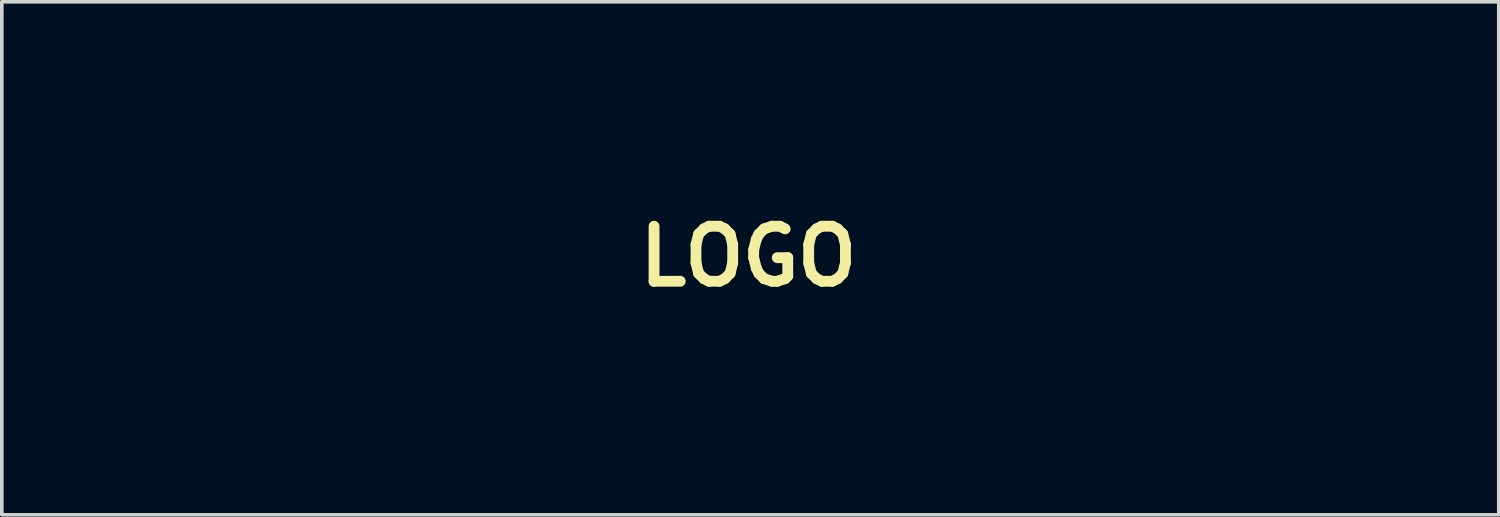
<source format=kicad_pcb>
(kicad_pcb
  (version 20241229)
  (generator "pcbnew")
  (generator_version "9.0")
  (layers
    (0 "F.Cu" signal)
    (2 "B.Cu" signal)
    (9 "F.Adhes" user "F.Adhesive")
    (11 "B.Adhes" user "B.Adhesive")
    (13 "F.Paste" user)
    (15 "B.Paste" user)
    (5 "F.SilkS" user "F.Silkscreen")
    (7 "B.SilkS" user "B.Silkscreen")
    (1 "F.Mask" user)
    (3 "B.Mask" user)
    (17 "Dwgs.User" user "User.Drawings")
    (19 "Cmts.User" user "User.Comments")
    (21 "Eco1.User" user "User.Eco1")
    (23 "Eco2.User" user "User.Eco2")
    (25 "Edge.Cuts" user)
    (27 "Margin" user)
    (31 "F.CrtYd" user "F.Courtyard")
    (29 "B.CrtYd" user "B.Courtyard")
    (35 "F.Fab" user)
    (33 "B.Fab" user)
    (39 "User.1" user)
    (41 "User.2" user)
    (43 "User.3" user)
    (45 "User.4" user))
  (footprint "LOGO"
    (layer "F.Cu")
    (at 17.671 4.048)
    (property "Reference" "LOGO" (at 0 0 0) (layer "F.SilkS") (effects (font (size 1.524 1.524) (thickness 0.3))))
    (attr through_hole)
    (fp_poly (pts (xy -15.071 2.667) (xy -15.113 2.709) (xy -15.155 2.667) (xy -15.113 2.625) (xy -15.071 2.667)) (stroke (width 0.01) (type solid)) (fill no) (layer "Eco2.User"))
    (fp_poly (pts (xy -13.801 3.683) (xy -13.843 3.725) (xy -13.885 3.683) (xy -13.843 3.641) (xy -13.801 3.683)) (stroke (width 0.01) (type solid)) (fill no) (layer "Eco2.User"))
    (fp_poly (pts (xy -10.668 -3.514) (xy -10.71 -3.471) (xy -10.753 -3.514) (xy -10.71 -3.556) (xy -10.668 -3.514)) (stroke (width 0.01) (type solid)) (fill no) (layer "Eco2.User"))
    (fp_poly (pts (xy -9.737 -3.683) (xy -9.779 -3.641) (xy -9.821 -3.683) (xy -9.779 -3.725) (xy -9.737 -3.683)) (stroke (width 0.01) (type solid)) (fill no) (layer "Eco2.User"))
    (fp_poly (pts (xy -8.297 4.106) (xy -8.34 4.149) (xy -8.382 4.106) (xy -8.34 4.064) (xy -8.297 4.106)) (stroke (width 0.01) (type solid)) (fill no) (layer "Eco2.User"))
    (fp_poly (pts (xy -5.588 -2.328) (xy -5.63 -2.286) (xy -5.673 -2.328) (xy -5.63 -2.371) (xy -5.588 -2.328)) (stroke (width 0.01) (type solid)) (fill no) (layer "Eco2.User"))
    (fp_poly (pts (xy -5.673 3.382) (xy -5.927 3.514) (xy -6.181 3.645) (xy -6.181 0.593) (xy -5.673 0.593) (xy -5.673 3.382)) (stroke (width 0.01) (type solid)) (fill no) (layer "Eco2.User"))
    (fp_poly (pts (xy -12.051 3.923) (xy -12.063 3.973) (xy -12.107 3.979) (xy -12.177 3.948) (xy -12.164 3.923) (xy -12.063 3.913) (xy -12.051 3.923)) (stroke (width 0.01) (type solid)) (fill no) (layer "Eco2.User"))
    (fp_poly (pts (xy -6.04 -2.427) (xy -6.029 -2.327) (xy -6.04 -2.314) (xy -6.09 -2.326) (xy -6.096 -2.371) (xy -6.065 -2.44) (xy -6.04 -2.427)) (stroke (width 0.01) (type solid)) (fill no) (layer "Eco2.User"))
    (fp_poly (pts (xy -5.532 -2.173) (xy -5.521 -2.073) (xy -5.532 -2.06) (xy -5.582 -2.072) (xy -5.588 -2.117) (xy -5.557 -2.186) (xy -5.532 -2.173)) (stroke (width 0.01) (type solid)) (fill no) (layer "Eco2.User"))
    (fp_poly (pts (xy -11.727 3.811) (xy -11.817 3.881) (xy -11.915 3.893) (xy -11.938 3.861) (xy -11.872 3.807) (xy -11.807 3.778) (xy -11.719 3.772) (xy -11.727 3.811)) (stroke (width 0.01) (type solid)) (fill no) (layer "Eco2.User"))
    (fp_poly (pts (xy -11.028 -3.691) (xy -10.868 -3.541) (xy -10.845 -3.476) (xy -10.867 -3.471) (xy -10.936 -3.528) (xy -11.057 -3.662) (xy -11.218 -3.852) (xy -11.028 -3.691)) (stroke (width 0.01) (type solid)) (fill no) (layer "Eco2.User"))
    (fp_poly (pts (xy -10.239 -3.341) (xy -10.165 -3.271) (xy -10.252 -3.246) (xy -10.283 -3.246) (xy -10.368 -3.283) (xy -10.362 -3.317) (xy -10.264 -3.352) (xy -10.239 -3.341)) (stroke (width 0.01) (type solid)) (fill no) (layer "Eco2.User"))
    (fp_poly (pts (xy -10.198 -2.822) (xy -10.212 -2.756) (xy -10.281 -2.637) (xy -10.325 -2.657) (xy -10.329 -2.704) (xy -10.268 -2.819) (xy -10.246 -2.836) (xy -10.198 -2.822)) (stroke (width 0.01) (type solid)) (fill no) (layer "Eco2.User"))
    (fp_poly (pts (xy -6.363 -3.014) (xy -6.272 -2.929) (xy -6.291 -2.879) (xy -6.303 -2.879) (xy -6.374 -2.939) (xy -6.4 -2.976) (xy -6.41 -3.034) (xy -6.363 -3.014)) (stroke (width 0.01) (type solid)) (fill no) (layer "Eco2.User"))
    (fp_poly (pts (xy -6.181 -2.743) (xy -6.17 -2.732) (xy -6.103 -2.621) (xy -6.112 -2.58) (xy -6.175 -2.606) (xy -6.218 -2.685) (xy -6.243 -2.783) (xy -6.181 -2.743)) (stroke (width 0.01) (type solid)) (fill no) (layer "Eco2.User"))
    (fp_poly (pts (xy -5.77 -2.167) (xy -5.68 -2.082) (xy -5.698 -2.033) (xy -5.71 -2.032) (xy -5.782 -2.092) (xy -5.808 -2.13) (xy -5.818 -2.188) (xy -5.77 -2.167)) (stroke (width 0.01) (type solid)) (fill no) (layer "Eco2.User"))
    (fp_poly (pts (xy -5.432 -1.913) (xy -5.341 -1.828) (xy -5.36 -1.779) (xy -5.371 -1.778) (xy -5.443 -1.838) (xy -5.469 -1.876) (xy -5.479 -1.934) (xy -5.432 -1.913)) (stroke (width 0.01) (type solid)) (fill no) (layer "Eco2.User"))
    (fp_poly (pts (xy -13.789 3.855) (xy -13.716 3.895) (xy -13.648 3.962) (xy -13.674 3.977) (xy -13.813 3.935) (xy -13.885 3.895) (xy -13.953 3.828) (xy -13.928 3.813) (xy -13.789 3.855)) (stroke (width 0.01) (type solid)) (fill no) (layer "Eco2.User"))
    (fp_poly (pts (xy -13.185 4.008) (xy -13.182 4.036) (xy -13.315 4.048) (xy -13.335 4.047) (xy -13.466 4.035) (xy -13.454 4.01) (xy -13.439 4.005) (xy -13.255 3.993) (xy -13.185 4.008)) (stroke (width 0.01) (type solid)) (fill no) (layer "Eco2.User"))
    (fp_poly (pts (xy -12.339 4.008) (xy -12.336 4.036) (xy -12.468 4.048) (xy -12.488 4.047) (xy -12.62 4.035) (xy -12.607 4.01) (xy -12.593 4.005) (xy -12.408 3.993) (xy -12.339 4.008)) (stroke (width 0.01) (type solid)) (fill no) (layer "Eco2.User"))
    (fp_poly (pts (xy -10.438 1.122) (xy -10.424 1.395) (xy -10.438 1.587) (xy -10.456 1.64) (xy -10.469 1.544) (xy -10.473 1.355) (xy -10.468 1.146) (xy -10.454 1.067) (xy -10.438 1.122)) (stroke (width 0.01) (type solid)) (fill no) (layer "Eco2.User"))
    (fp_poly (pts (xy -5.376 -1.714) (xy -5.218 -1.673) (xy -5.165 -1.641) (xy -5.237 -1.617) (xy -5.376 -1.609) (xy -5.536 -1.634) (xy -5.588 -1.682) (xy -5.518 -1.722) (xy -5.376 -1.714)) (stroke (width 0.01) (type solid)) (fill no) (layer "Eco2.User"))
    (fp_poly (pts (xy -10.69 -3.303) (xy -10.648 -3.236) (xy -10.55 -3.108) (xy -10.491 -3.084) (xy -10.458 -3.049) (xy -10.45 -2.959) (xy -10.482 -2.814) (xy -10.551 -2.824) (xy -10.606 -2.942) (xy -10.671 -3.151) (xy -10.707 -3.26) (xy -10.732 -3.353) (xy -10.69 -3.303)) (stroke (width 0.01) (type solid)) (fill no) (layer "Eco2.User"))
    (fp_poly (pts (xy -13.209 3.782) (xy -13.166 3.785) (xy -12.791 3.813) (xy -12.568 3.839) (xy -12.5 3.86) (xy -12.592 3.875) (xy -12.847 3.882) (xy -12.912 3.882) (xy -13.216 3.871) (xy -13.472 3.843) (xy -13.589 3.814) (xy -13.603 3.785) (xy -13.469 3.774) (xy -13.209 3.782)) (stroke (width 0.01) (type solid)) (fill no) (layer "Eco2.User"))
    (fp_poly (pts (xy -14.009 3.562) (xy -13.991 3.626) (xy -14.056 3.598) (xy -14.132 3.579) (xy -14.114 3.669) (xy -14.084 3.787) (xy -14.139 3.784) (xy -14.29 3.656) (xy -14.329 3.619) (xy -14.426 3.521) (xy -14.412 3.519) (xy -14.392 3.534) (xy -14.244 3.592) (xy -14.165 3.547) (xy -14.061 3.507) (xy -14.009 3.562)) (stroke (width 0.01) (type solid)) (fill no) (layer "Eco2.User"))
    (fp_poly (pts (xy -9.313 -3.709) (xy -9.543 -3.501) (xy -9.749 -3.322) (xy -9.91 -3.192) (xy -9.999 -3.129) (xy -9.994 -3.154) (xy -9.968 -3.183) (xy -9.837 -3.357) (xy -9.79 -3.482) (xy -9.799 -3.505) (xy -9.806 -3.55) (xy -9.779 -3.545) (xy -9.649 -3.563) (xy -9.483 -3.634) (xy -9.346 -3.703) (xy -9.313 -3.709) (xy -9.313 -3.709)) (stroke (width 0.01) (type solid)) (fill no) (layer "Eco2.User"))
    (fp_poly (pts (xy 10.028 -2.036) (xy 10.056 -1.806) (xy 10.072 -1.448) (xy 10.075 -1.143) (xy 10.068 -0.71) (xy 10.048 -0.391) (xy 10.017 -0.207) (xy 9.991 -0.169) (xy 9.953 -0.25) (xy 9.925 -0.48) (xy 9.909 -0.838) (xy 9.906 -1.143) (xy 9.913 -1.576) (xy 9.933 -1.895) (xy 9.964 -2.079) (xy 9.991 -2.117) (xy 10.028 -2.036)) (stroke (width 0.01) (type solid)) (fill no) (layer "Eco2.User"))
    (fp_poly (pts (xy -10.06 -3.975) (xy -9.731 -3.967) (xy -9.506 -3.954) (xy -9.415 -3.937) (xy -9.415 -3.934) (xy -9.52 -3.91) (xy -9.751 -3.891) (xy -10.068 -3.878) (xy -10.428 -3.871) (xy -10.79 -3.871) (xy -11.11 -3.878) (xy -11.348 -3.893) (xy -11.46 -3.915) (xy -11.418 -3.938) (xy -11.234 -3.957) (xy -10.938 -3.971) (xy -10.555 -3.978) (xy -10.463 -3.978) (xy -10.06 -3.975)) (stroke (width 0.01) (type solid)) (fill no) (layer "Eco2.User"))
    (fp_poly (pts (xy -5.939 -2.065) (xy -5.832 -1.925) (xy -5.728 -1.911) (xy -5.626 -1.906) (xy -5.63 -1.877) (xy -5.759 -1.811) (xy -5.764 -1.81) (xy -5.903 -1.778) (xy -5.878 -1.731) (xy -5.8 -1.693) (xy -5.685 -1.638) (xy -5.73 -1.619) (xy -5.821 -1.615) (xy -5.946 -1.633) (xy -5.997 -1.73) (xy -6.003 -1.926) (xy -5.99 -2.108) (xy -5.964 -2.13) (xy -5.939 -2.065)) (stroke (width 0.01) (type solid)) (fill no) (layer "Eco2.User"))
    (fp_poly (pts (xy 2.131 -2.09) (xy 2.169 -1.992) (xy 2.19 -1.796) (xy 2.2 -1.475) (xy 2.201 -1.19) (xy 2.193 -0.716) (xy 2.167 -0.4) (xy 2.121 -0.229) (xy 2.051 -0.193) (xy 2.001 -0.228) (xy 1.979 -0.33) (xy 1.962 -0.564) (xy 1.95 -0.893) (xy 1.947 -1.199) (xy 1.951 -1.613) (xy 1.965 -1.884) (xy 1.992 -2.04) (xy 2.037 -2.107) (xy 2.074 -2.117) (xy 2.131 -2.09)) (stroke (width 0.01) (type solid)) (fill no) (layer "Eco2.User"))
    (fp_poly (pts (xy 17.754 -1.494) (xy 17.759 -1.296) (xy 17.766 -0.707) (xy 17.769 -0.029) (xy 17.767 0.658) (xy 17.76 1.274) (xy 17.759 1.328) (xy 17.753 1.569) (xy 17.747 1.648) (xy 17.742 1.575) (xy 17.738 1.359) (xy 17.735 1.007) (xy 17.733 0.528) (xy 17.733 0.042) (xy 17.734 -0.538) (xy 17.736 -1) (xy 17.739 -1.335) (xy 17.743 -1.536) (xy 17.748 -1.592) (xy 17.754 -1.494)) (stroke (width 0.01) (type solid)) (fill no) (layer "Eco2.User"))
    (fp_poly (pts (xy -4.889 0.596) (xy -4.606 0.6) (xy -4.47 0.613) (xy -4.46 0.645) (xy -4.555 0.705) (xy -4.591 0.725) (xy -4.76 0.837) (xy -4.875 0.98) (xy -4.946 1.187) (xy -4.982 1.489) (xy -4.995 1.918) (xy -4.995 2.059) (xy -4.997 2.456) (xy -5.008 2.719) (xy -5.036 2.884) (xy -5.087 2.984) (xy -5.169 3.057) (xy -5.207 3.083) (xy -5.419 3.221) (xy -5.419 0.593) (xy -4.889 0.596)) (stroke (width 0.01) (type solid)) (fill no) (layer "Eco2.User"))
    (fp_poly (pts (xy -6.563 -3.462) (xy -6.451 -3.383) (xy -6.126 -3.088) (xy -5.823 -2.713) (xy -5.725 -2.561) (xy -5.672 -2.454) (xy -5.704 -2.465) (xy -5.804 -2.576) (xy -5.954 -2.77) (xy -6.004 -2.838) (xy -6.171 -3.045) (xy -6.313 -3.175) (xy -6.378 -3.199) (xy -6.471 -3.21) (xy -6.475 -3.22) (xy -6.435 -3.26) (xy -6.477 -3.302) (xy -6.502 -3.277) (xy -6.525 -3.323) (xy -6.604 -3.432) (xy -6.645 -3.502) (xy -6.563 -3.462)) (stroke (width 0.01) (type solid)) (fill no) (layer "Eco2.User"))
    (fp_poly (pts (xy -10.435 -2.593) (xy -10.424 -2.36) (xy -10.416 -2.021) (xy -10.412 -1.609) (xy -10.411 -1.155) (xy -10.413 -0.691) (xy -10.418 -0.25) (xy -10.426 0.138) (xy -10.436 0.44) (xy -10.45 0.625) (xy -10.459 0.666) (xy -10.471 0.598) (xy -10.482 0.385) (xy -10.49 0.051) (xy -10.496 -0.379) (xy -10.499 -0.881) (xy -10.499 -1.016) (xy -10.496 -1.531) (xy -10.49 -1.98) (xy -10.48 -2.339) (xy -10.468 -2.582) (xy -10.453 -2.687) (xy -10.45 -2.688) (xy -10.435 -2.593)) (stroke (width 0.01) (type solid)) (fill no) (layer "Eco2.User"))
    (fp_poly (pts (xy -15.36 3.239) (xy -15.218 3.334) (xy -15.142 3.345) (xy -15.065 3.374) (xy -14.919 3.496) (xy -14.858 3.557) (xy -14.712 3.729) (xy -14.679 3.807) (xy -14.752 3.775) (xy -14.894 3.648) (xy -15.024 3.54) (xy -15.091 3.52) (xy -15.164 3.487) (xy -15.225 3.429) (xy -15.155 3.429) (xy -15.113 3.471) (xy -15.071 3.429) (xy -15.113 3.387) (xy -15.155 3.429) (xy -15.225 3.429) (xy -15.297 3.361) (xy -15.331 3.323) (xy -15.44 3.194) (xy -15.432 3.182) (xy -15.36 3.239)) (stroke (width 0.01) (type solid)) (fill no) (layer "Eco2.User"))
    (fp_poly (pts (xy -3.36 -2.456) (xy -3.339 -2.209) (xy -3.322 -1.803) (xy -3.31 -1.244) (xy -3.303 -0.538) (xy -3.302 0.042) (xy -3.305 0.848) (xy -3.313 1.511) (xy -3.326 2.025) (xy -3.344 2.384) (xy -3.368 2.583) (xy -3.387 2.625) (xy -3.413 2.541) (xy -3.435 2.293) (xy -3.452 1.888) (xy -3.463 1.329) (xy -3.47 0.623) (xy -3.471 0.042) (xy -3.469 -0.764) (xy -3.46 -1.426) (xy -3.447 -1.94) (xy -3.429 -2.299) (xy -3.406 -2.499) (xy -3.387 -2.54) (xy -3.36 -2.456)) (stroke (width 0.01) (type solid)) (fill no) (layer "Eco2.User"))
    (fp_poly (pts (xy 10.487 0.784) (xy 10.504 1.081) (xy 10.508 1.215) (xy 10.503 1.561) (xy 10.464 1.785) (xy 10.382 1.935) (xy 10.37 1.95) (xy 10.147 2.083) (xy 9.862 2.118) (xy 9.587 2.053) (xy 9.44 1.947) (xy 9.353 1.82) (xy 9.388 1.786) (xy 9.524 1.851) (xy 9.605 1.908) (xy 9.863 2.023) (xy 10.11 1.969) (xy 10.245 1.863) (xy 10.342 1.728) (xy 10.394 1.538) (xy 10.413 1.244) (xy 10.414 1.129) (xy 10.421 0.802) (xy 10.44 0.639) (xy 10.463 0.635) (xy 10.487 0.784)) (stroke (width 0.01) (type solid)) (fill no) (layer "Eco2.User"))
    (fp_poly (pts (xy 14.613 0.604) (xy 14.823 0.634) (xy 14.901 0.677) (xy 14.901 0.677) (xy 14.828 0.737) (xy 14.65 0.762) (xy 14.647 0.762) (xy 14.393 0.762) (xy 14.393 1.439) (xy 14.383 1.775) (xy 14.356 2.01) (xy 14.316 2.114) (xy 14.309 2.117) (xy 14.267 2.037) (xy 14.237 1.821) (xy 14.224 1.5) (xy 14.224 1.439) (xy 14.224 0.762) (xy 13.97 0.762) (xy 13.792 0.737) (xy 13.716 0.678) (xy 13.716 0.677) (xy 13.794 0.634) (xy 14.004 0.604) (xy 14.308 0.593) (xy 14.309 0.593) (xy 14.613 0.604)) (stroke (width 0.01) (type solid)) (fill no) (layer "Eco2.User"))
    (fp_poly (pts (xy -7.798 -3.566) (xy -7.308 -3.377) (xy -6.885 -3.07) (xy -6.555 -2.659) (xy -6.345 -2.162) (xy -6.297 -1.926) (xy -6.242 -1.524) (xy -6.55 -1.524) (xy -6.754 -1.536) (xy -6.84 -1.603) (xy -6.858 -1.772) (xy -6.858 -1.802) (xy -6.925 -2.156) (xy -7.103 -2.54) (xy -7.361 -2.893) (xy -7.56 -3.082) (xy -7.921 -3.277) (xy -8.359 -3.378) (xy -8.808 -3.379) (xy -9.204 -3.271) (xy -9.237 -3.256) (xy -9.413 -3.17) (xy -9.464 -3.166) (xy -9.413 -3.242) (xy -9.27 -3.346) (xy -9.031 -3.461) (xy -8.872 -3.52) (xy -8.328 -3.618) (xy -7.798 -3.566)) (stroke (width 0.01) (type solid)) (fill no) (layer "Eco2.User"))
    (fp_poly (pts (xy -1.391 0.647) (xy -1.072 0.802) (xy -0.879 1.048) (xy -0.865 1.085) (xy -0.806 1.45) (xy -0.896 1.751) (xy -1.123 1.97) (xy -1.473 2.094) (xy -1.747 2.117) (xy -2.201 2.117) (xy -2.201 0.753) (xy -2.126 0.753) (xy -2.091 1.947) (xy -1.687 1.947) (xy -1.363 1.914) (xy -1.157 1.822) (xy -1.149 1.814) (xy -0.981 1.545) (xy -0.971 1.254) (xy -1.077 1.03) (xy -1.215 0.887) (xy -1.396 0.812) (xy -1.682 0.779) (xy -1.685 0.779) (xy -2.126 0.753) (xy -2.201 0.753) (xy -2.201 0.593) (xy -1.816 0.593) (xy -1.391 0.647)) (stroke (width 0.01) (type solid)) (fill no) (layer "Eco2.User"))
    (fp_poly (pts (xy 5.612 -2.106) (xy 5.835 -2.078) (xy 5.926 -2.036) (xy 5.927 -2.032) (xy 5.849 -1.988) (xy 5.642 -1.958) (xy 5.371 -1.947) (xy 4.816 -1.947) (xy 4.842 -1.63) (xy 4.868 -1.312) (xy 5.334 -1.27) (xy 5.592 -1.229) (xy 5.693 -1.178) (xy 5.648 -1.133) (xy 5.467 -1.108) (xy 5.226 -1.114) (xy 4.868 -1.14) (xy 4.868 -0.4) (xy 5.397 -0.403) (xy 5.705 -0.395) (xy 5.872 -0.361) (xy 5.926 -0.295) (xy 5.927 -0.288) (xy 5.886 -0.224) (xy 5.744 -0.187) (xy 5.474 -0.171) (xy 5.292 -0.169) (xy 4.657 -0.169) (xy 4.657 -2.117) (xy 5.292 -2.117) (xy 5.612 -2.106)) (stroke (width 0.01) (type solid)) (fill no) (layer "Eco2.User"))
    (fp_poly (pts (xy 0.271 0.606) (xy 0.454 0.639) (xy 0.508 0.677) (xy 0.432 0.726) (xy 0.237 0.756) (xy 0.085 0.762) (xy -0.166 0.768) (xy -0.291 0.802) (xy -0.334 0.89) (xy -0.339 1.011) (xy -0.324 1.169) (xy -0.248 1.248) (xy -0.065 1.284) (xy 0.021 1.293) (xy 0.381 1.325) (xy 0.021 1.34) (xy -0.204 1.357) (xy -0.308 1.412) (xy -0.337 1.544) (xy -0.339 1.651) (xy -0.339 1.947) (xy 0.085 1.947) (xy 0.326 1.963) (xy 0.479 2.002) (xy 0.508 2.032) (xy 0.431 2.077) (xy 0.229 2.108) (xy 0 2.117) (xy -0.508 2.117) (xy -0.508 0.593) (xy 0 0.593) (xy 0.271 0.606)) (stroke (width 0.01) (type solid)) (fill no) (layer "Eco2.User"))
    (fp_poly (pts (xy 4.372 0.668) (xy 4.401 0.863) (xy 4.405 1.13) (xy 4.388 1.422) (xy 4.351 1.689) (xy 4.294 1.886) (xy 4.271 1.928) (xy 4.084 2.065) (xy 3.814 2.12) (xy 3.529 2.087) (xy 3.341 1.998) (xy 3.252 1.897) (xy 3.195 1.728) (xy 3.16 1.452) (xy 3.147 1.236) (xy 3.139 0.861) (xy 3.163 0.649) (xy 3.208 0.593) (xy 3.263 0.674) (xy 3.295 0.908) (xy 3.302 1.172) (xy 3.331 1.586) (xy 3.424 1.856) (xy 3.59 1.999) (xy 3.782 2.032) (xy 4.002 1.971) (xy 4.147 1.78) (xy 4.22 1.449) (xy 4.233 1.157) (xy 4.245 0.864) (xy 4.276 0.663) (xy 4.318 0.593) (xy 4.372 0.668)) (stroke (width 0.01) (type solid)) (fill no) (layer "Eco2.User"))
    (fp_poly (pts (xy 6.423 0.656) (xy 6.576 0.827) (xy 6.773 1.074) (xy 6.871 1.204) (xy 7.324 1.815) (xy 7.349 1.204) (xy 7.375 0.845) (xy 7.413 0.649) (xy 7.456 0.608) (xy 7.495 0.718) (xy 7.524 0.972) (xy 7.535 1.355) (xy 7.527 1.713) (xy 7.503 1.973) (xy 7.467 2.106) (xy 7.452 2.117) (xy 7.367 2.053) (xy 7.211 1.883) (xy 7.012 1.638) (xy 6.923 1.52) (xy 6.477 0.924) (xy 6.452 1.52) (xy 6.426 1.873) (xy 6.387 2.065) (xy 6.345 2.101) (xy 6.305 1.989) (xy 6.276 1.734) (xy 6.265 1.355) (xy 6.273 1.019) (xy 6.294 0.759) (xy 6.325 0.612) (xy 6.342 0.593) (xy 6.423 0.656)) (stroke (width 0.01) (type solid)) (fill no) (layer "Eco2.User"))
    (fp_poly (pts (xy 12.094 1.193) (xy 12.093 1.543) (xy 12.069 1.766) (xy 12.014 1.906) (xy 11.952 1.977) (xy 11.721 2.094) (xy 11.444 2.115) (xy 11.189 2.043) (xy 11.054 1.928) (xy 10.991 1.768) (xy 10.947 1.519) (xy 10.923 1.231) (xy 10.92 0.95) (xy 10.94 0.725) (xy 10.985 0.602) (xy 11.007 0.593) (xy 11.049 0.671) (xy 11.079 0.884) (xy 11.091 1.197) (xy 11.091 1.225) (xy 11.098 1.559) (xy 11.123 1.765) (xy 11.175 1.882) (xy 11.255 1.944) (xy 11.511 2.026) (xy 11.743 1.96) (xy 11.816 1.912) (xy 11.911 1.801) (xy 11.975 1.61) (xy 12.019 1.301) (xy 12.03 1.171) (xy 12.08 0.55) (xy 12.094 1.193)) (stroke (width 0.01) (type solid)) (fill no) (layer "Eco2.User"))
    (fp_poly (pts (xy -8.177 -3.956) (xy -7.77 -3.918) (xy -7.41 -3.855) (xy -7.133 -3.776) (xy -6.97 -3.687) (xy -6.943 -3.633) (xy -6.894 -3.58) (xy -6.872 -3.59) (xy -6.81 -3.564) (xy -6.802 -3.51) (xy -6.805 -3.401) (xy -6.809 -3.389) (xy -6.871 -3.439) (xy -7.01 -3.555) (xy -7.014 -3.558) (xy -7.227 -3.688) (xy -7.502 -3.8) (xy -7.563 -3.817) (xy -7.865 -3.864) (xy -8.25 -3.876) (xy -8.646 -3.856) (xy -8.981 -3.807) (xy -9.102 -3.772) (xy -9.205 -3.742) (xy -9.162 -3.787) (xy -9.153 -3.793) (xy -9.088 -3.866) (xy -9.179 -3.908) (xy -9.195 -3.912) (xy -9.19 -3.928) (xy -9.043 -3.945) (xy -8.782 -3.958) (xy -8.597 -3.964) (xy -8.177 -3.956)) (stroke (width 0.01) (type solid)) (fill no) (layer "Eco2.User"))
    (fp_poly (pts (xy 11.312 -2.103) (xy 11.647 -2.081) (xy 11.864 -2.044) (xy 12.013 -1.975) (xy 12.145 -1.857) (xy 12.201 -1.796) (xy 12.4 -1.457) (xy 12.441 -1.08) (xy 12.323 -0.693) (xy 12.281 -0.619) (xy 12.048 -0.381) (xy 11.691 -0.233) (xy 11.199 -0.172) (xy 11.07 -0.17) (xy 10.668 -0.169) (xy 10.668 -1.947) (xy 10.837 -1.947) (xy 10.837 -0.435) (xy 11.07 -0.403) (xy 11.518 -0.404) (xy 11.878 -0.546) (xy 12.044 -0.687) (xy 12.228 -0.947) (xy 12.263 -1.206) (xy 12.155 -1.513) (xy 12.149 -1.526) (xy 11.987 -1.756) (xy 11.767 -1.888) (xy 11.447 -1.943) (xy 11.266 -1.947) (xy 10.837 -1.947) (xy 10.668 -1.947) (xy 10.668 -2.135) (xy 11.312 -2.103)) (stroke (width 0.01) (type solid)) (fill no) (layer "Eco2.User"))
    (fp_poly (pts (xy 16.193 0.712) (xy 16.418 0.919) (xy 16.555 1.231) (xy 16.566 1.287) (xy 16.58 1.51) (xy 16.515 1.679) (xy 16.358 1.859) (xy 16.047 2.074) (xy 15.722 2.131) (xy 15.411 2.032) (xy 15.197 1.846) (xy 15.046 1.627) (xy 15.003 1.423) (xy 15.017 1.275) (xy 15.167 1.275) (xy 15.204 1.585) (xy 15.204 1.586) (xy 15.368 1.834) (xy 15.617 1.969) (xy 15.9 1.983) (xy 16.169 1.867) (xy 16.277 1.765) (xy 16.416 1.488) (xy 16.408 1.198) (xy 16.264 0.94) (xy 16.012 0.766) (xy 15.716 0.72) (xy 15.455 0.81) (xy 15.262 1.006) (xy 15.167 1.275) (xy 15.017 1.275) (xy 15.017 1.275) (xy 15.137 0.949) (xy 15.351 0.73) (xy 15.623 0.618) (xy 15.916 0.612) (xy 16.193 0.712)) (stroke (width 0.01) (type solid)) (fill no) (layer "Eco2.User"))
    (fp_poly (pts (xy 15.771 -2.08) (xy 16.123 -1.962) (xy 16.366 -1.752) (xy 16.481 -1.547) (xy 16.567 -1.153) (xy 16.497 -0.796) (xy 16.284 -0.5) (xy 15.941 -0.291) (xy 15.826 -0.252) (xy 15.566 -0.2) (xy 15.274 -0.174) (xy 15.007 -0.175) (xy 14.825 -0.205) (xy 14.788 -0.226) (xy 14.765 -0.329) (xy 14.761 -0.381) (xy 14.986 -0.381) (xy 15.303 -0.396) (xy 15.557 -0.408) (xy 15.757 -0.417) (xy 15.773 -0.417) (xy 16.002 -0.503) (xy 16.195 -0.71) (xy 16.317 -0.988) (xy 16.341 -1.174) (xy 16.268 -1.513) (xy 16.059 -1.763) (xy 15.73 -1.911) (xy 15.403 -1.947) (xy 14.986 -1.947) (xy 14.986 -0.381) (xy 14.761 -0.381) (xy 14.747 -0.564) (xy 14.735 -0.893) (xy 14.732 -1.199) (xy 14.732 -2.117) (xy 15.287 -2.117) (xy 15.771 -2.08)) (stroke (width 0.01) (type solid)) (fill no) (layer "Eco2.User"))
    (fp_poly (pts (xy 2.711 -2.04) (xy 2.812 -1.855) (xy 2.951 -1.541) (xy 3.045 -1.312) (xy 3.176 -0.997) (xy 3.29 -0.743) (xy 3.367 -0.59) (xy 3.382 -0.568) (xy 3.439 -0.611) (xy 3.541 -0.782) (xy 3.672 -1.051) (xy 3.767 -1.269) (xy 3.946 -1.679) (xy 4.079 -1.945) (xy 4.179 -2.085) (xy 4.254 -2.114) (xy 4.284 -2.095) (xy 4.268 -2.007) (xy 4.198 -1.804) (xy 4.09 -1.522) (xy 3.959 -1.199) (xy 3.821 -0.875) (xy 3.691 -0.585) (xy 3.587 -0.369) (xy 3.531 -0.275) (xy 3.422 -0.18) (xy 3.384 -0.169) (xy 3.328 -0.243) (xy 3.222 -0.443) (xy 3.083 -0.739) (xy 2.925 -1.1) (xy 2.922 -1.108) (xy 2.773 -1.474) (xy 2.658 -1.783) (xy 2.589 -2.001) (xy 2.576 -2.096) (xy 2.577 -2.097) (xy 2.636 -2.114) (xy 2.711 -2.04)) (stroke (width 0.01) (type solid)) (fill no) (layer "Eco2.User"))
    (fp_poly (pts (xy -17.082 -4.028) (xy -16.341 -4.022) (xy -16.34 -1.143) (xy -16.337 -0.265) (xy -16.33 0.462) (xy -16.316 1.057) (xy -16.294 1.538) (xy -16.261 1.926) (xy -16.216 2.237) (xy -16.156 2.49) (xy -16.081 2.705) (xy -15.988 2.9) (xy -15.927 3.009) (xy -15.802 3.241) (xy -15.781 3.34) (xy -15.862 3.303) (xy -16.044 3.131) (xy -16.064 3.11) (xy -16.269 2.859) (xy -16.468 2.556) (xy -16.524 2.455) (xy -16.578 2.346) (xy -16.622 2.237) (xy -16.656 2.109) (xy -16.682 1.942) (xy -16.702 1.717) (xy -16.716 1.413) (xy -16.727 1.012) (xy -16.735 0.494) (xy -16.742 -0.16) (xy -16.747 -0.688) (xy -16.772 -3.45) (xy -16.987 -3.651) (xy -17.22 -3.815) (xy -17.495 -3.938) (xy -17.512 -3.943) (xy -17.642 -3.986) (xy -17.666 -4.012) (xy -17.565 -4.026) (xy -17.324 -4.029) (xy -17.082 -4.028)) (stroke (width 0.01) (type solid)) (fill no) (layer "Eco2.User"))
    (fp_poly (pts (xy -0.691 -2.074) (xy -0.666 -1.929) (xy -0.663 -1.659) (xy -0.677 -1.305) (xy -0.702 -0.919) (xy -0.732 -0.664) (xy -0.779 -0.502) (xy -0.851 -0.394) (xy -0.92 -0.331) (xy -1.212 -0.191) (xy -1.548 -0.174) (xy -1.86 -0.276) (xy -1.994 -0.377) (xy -2.093 -0.492) (xy -2.155 -0.619) (xy -2.187 -0.802) (xy -2.2 -1.084) (xy -2.201 -1.351) (xy -2.192 -1.717) (xy -2.168 -1.979) (xy -2.131 -2.108) (xy -2.117 -2.117) (xy -2.074 -2.038) (xy -2.044 -1.824) (xy -2.032 -1.51) (xy -2.032 -1.476) (xy -2.01 -0.998) (xy -1.937 -0.666) (xy -1.802 -0.458) (xy -1.596 -0.358) (xy -1.418 -0.34) (xy -1.171 -0.379) (xy -1.001 -0.512) (xy -0.899 -0.76) (xy -0.852 -1.143) (xy -0.847 -1.397) (xy -0.838 -1.778) (xy -0.812 -2.01) (xy -0.764 -2.109) (xy -0.741 -2.117) (xy -0.691 -2.074)) (stroke (width 0.01) (type solid)) (fill no) (layer "Eco2.User"))
    (fp_poly (pts (xy 8.583 0.666) (xy 8.688 0.859) (xy 8.823 1.136) (xy 8.972 1.463) (xy 9.117 1.801) (xy 9.215 2.044) (xy 9.219 2.125) (xy 9.153 2.108) (xy 9.059 2.017) (xy 8.99 1.905) (xy 8.903 1.771) (xy 8.765 1.709) (xy 8.519 1.693) (xy 8.509 1.693) (xy 8.259 1.708) (xy 8.118 1.768) (xy 8.03 1.899) (xy 8.028 1.905) (xy 7.929 2.066) (xy 7.854 2.112) (xy 7.836 2.036) (xy 7.868 1.926) (xy 8.004 1.598) (xy 8.038 1.522) (xy 8.232 1.522) (xy 8.325 1.593) (xy 8.509 1.609) (xy 8.705 1.59) (xy 8.803 1.544) (xy 8.805 1.534) (xy 8.775 1.415) (xy 8.699 1.208) (xy 8.669 1.134) (xy 8.533 0.808) (xy 8.376 1.103) (xy 8.251 1.368) (xy 8.232 1.522) (xy 8.038 1.522) (xy 8.153 1.266) (xy 8.299 0.966) (xy 8.423 0.734) (xy 8.507 0.607) (xy 8.527 0.593) (xy 8.583 0.666)) (stroke (width 0.01) (type solid)) (fill no) (layer "Eco2.User"))
    (fp_poly (pts (xy 1.363 -2.096) (xy 1.402 -2.014) (xy 1.425 -1.845) (xy 1.436 -1.56) (xy 1.439 -1.136) (xy 1.435 -0.696) (xy 1.42 -0.404) (xy 1.392 -0.241) (xy 1.349 -0.187) (xy 1.333 -0.189) (xy 1.243 -0.266) (xy 1.076 -0.451) (xy 0.857 -0.715) (xy 0.635 -1) (xy 0.042 -1.777) (xy 0.018 -0.973) (xy -0.004 -0.547) (xy -0.037 -0.285) (xy -0.074 -0.182) (xy -0.111 -0.233) (xy -0.143 -0.434) (xy -0.164 -0.78) (xy -0.169 -1.143) (xy -0.165 -1.583) (xy -0.149 -1.876) (xy -0.121 -2.045) (xy -0.076 -2.113) (xy -0.057 -2.117) (xy 0.035 -2.052) (xy 0.198 -1.875) (xy 0.408 -1.616) (xy 0.599 -1.359) (xy 0.822 -1.054) (xy 1.008 -0.806) (xy 1.137 -0.645) (xy 1.185 -0.597) (xy 1.201 -0.673) (xy 1.207 -0.881) (xy 1.204 -1.183) (xy 1.198 -1.355) (xy 1.188 -1.721) (xy 1.194 -1.949) (xy 1.222 -2.069) (xy 1.274 -2.114) (xy 1.304 -2.117) (xy 1.363 -2.096)) (stroke (width 0.01) (type solid)) (fill no) (layer "Eco2.User"))
    (fp_poly (pts (xy 2.556 0.692) (xy 2.606 0.724) (xy 2.767 0.863) (xy 2.783 0.934) (xy 2.671 0.921) (xy 2.496 0.834) (xy 2.281 0.725) (xy 2.117 0.709) (xy 1.942 0.764) (xy 1.668 0.948) (xy 1.538 1.219) (xy 1.524 1.373) (xy 1.597 1.661) (xy 1.785 1.876) (xy 2.044 1.993) (xy 2.329 1.987) (xy 2.501 1.911) (xy 2.672 1.741) (xy 2.703 1.575) (xy 2.597 1.452) (xy 2.477 1.415) (xy 2.357 1.392) (xy 2.391 1.377) (xy 2.561 1.367) (xy 2.879 1.355) (xy 2.879 1.736) (xy 2.861 1.965) (xy 2.815 2.1) (xy 2.789 2.117) (xy 2.743 2.063) (xy 2.761 2.018) (xy 2.768 1.958) (xy 2.66 1.989) (xy 2.466 2.047) (xy 2.211 2.093) (xy 2.182 2.097) (xy 1.95 2.099) (xy 1.769 2.019) (xy 1.611 1.878) (xy 1.4 1.579) (xy 1.358 1.277) (xy 1.484 0.978) (xy 1.602 0.84) (xy 1.902 0.643) (xy 2.234 0.592) (xy 2.556 0.692)) (stroke (width 0.01) (type solid)) (fill no) (layer "Eco2.User"))
    (fp_poly (pts (xy 5.371 0.712) (xy 5.5 0.956) (xy 5.675 1.345) (xy 5.707 1.418) (xy 5.829 1.725) (xy 5.908 1.963) (xy 5.933 2.098) (xy 5.921 2.117) (xy 5.833 2.047) (xy 5.757 1.905) (xy 5.683 1.772) (xy 5.556 1.71) (xy 5.323 1.693) (xy 5.292 1.693) (xy 5.042 1.708) (xy 4.901 1.768) (xy 4.813 1.899) (xy 4.811 1.905) (xy 4.72 2.047) (xy 4.626 2.126) (xy 4.573 2.106) (xy 4.572 2.089) (xy 4.604 2.001) (xy 4.686 1.801) (xy 4.8 1.531) (xy 5.015 1.531) (xy 5.103 1.595) (xy 5.297 1.609) (xy 5.495 1.598) (xy 5.562 1.544) (xy 5.541 1.418) (xy 5.455 1.192) (xy 5.372 1.016) (xy 5.261 0.804) (xy 5.128 1.119) (xy 5.027 1.384) (xy 5.015 1.531) (xy 4.8 1.531) (xy 4.8 1.531) (xy 4.929 1.235) (xy 5.053 0.954) (xy 5.153 0.731) (xy 5.213 0.609) (xy 5.219 0.598) (xy 5.28 0.597) (xy 5.371 0.712)) (stroke (width 0.01) (type solid)) (fill no) (layer "Eco2.User"))
    (fp_poly (pts (xy 7.279 -2.081) (xy 7.537 -1.967) (xy 7.673 -1.763) (xy 7.705 -1.524) (xy 7.668 -1.251) (xy 7.543 -1.082) (xy 7.527 -1.071) (xy 7.35 -0.946) (xy 7.578 -0.558) (xy 7.703 -0.313) (xy 7.728 -0.193) (xy 7.666 -0.198) (xy 7.532 -0.33) (xy 7.366 -0.55) (xy 7.185 -0.784) (xy 7.031 -0.9) (xy 6.857 -0.931) (xy 6.854 -0.931) (xy 6.7 -0.92) (xy 6.627 -0.855) (xy 6.605 -0.691) (xy 6.604 -0.55) (xy 6.587 -0.323) (xy 6.545 -0.187) (xy 6.519 -0.169) (xy 6.482 -0.25) (xy 6.454 -0.48) (xy 6.438 -0.838) (xy 6.435 -1.143) (xy 6.435 -1.947) (xy 6.604 -1.947) (xy 6.604 -1.101) (xy 6.915 -1.101) (xy 7.167 -1.138) (xy 7.367 -1.229) (xy 7.38 -1.241) (xy 7.522 -1.449) (xy 7.514 -1.653) (xy 7.378 -1.823) (xy 7.131 -1.928) (xy 6.937 -1.947) (xy 6.604 -1.947) (xy 6.435 -1.947) (xy 6.435 -2.117) (xy 6.881 -2.117) (xy 7.279 -2.081)) (stroke (width 0.01) (type solid)) (fill no) (layer "Eco2.User"))
    (fp_poly (pts (xy 9.058 -2.087) (xy 9.285 -1.925) (xy 9.345 -1.846) (xy 9.405 -1.697) (xy 9.356 -1.653) (xy 9.226 -1.717) (xy 9.114 -1.815) (xy 8.904 -1.986) (xy 8.72 -2.017) (xy 8.509 -1.916) (xy 8.486 -1.9) (xy 8.325 -1.735) (xy 8.333 -1.581) (xy 8.51 -1.437) (xy 8.615 -1.387) (xy 9.017 -1.208) (xy 9.28 -1.06) (xy 9.426 -0.922) (xy 9.478 -0.774) (xy 9.458 -0.593) (xy 9.455 -0.578) (xy 9.322 -0.36) (xy 9.086 -0.223) (xy 8.796 -0.175) (xy 8.501 -0.224) (xy 8.25 -0.379) (xy 8.247 -0.382) (xy 8.12 -0.544) (xy 8.083 -0.669) (xy 8.089 -0.682) (xy 8.177 -0.69) (xy 8.325 -0.573) (xy 8.343 -0.555) (xy 8.587 -0.383) (xy 8.851 -0.34) (xy 9.084 -0.425) (xy 9.178 -0.522) (xy 9.257 -0.709) (xy 9.198 -0.871) (xy 8.991 -1.022) (xy 8.715 -1.144) (xy 8.381 -1.298) (xy 8.196 -1.457) (xy 8.137 -1.647) (xy 8.158 -1.801) (xy 8.285 -2.008) (xy 8.51 -2.126) (xy 8.783 -2.153) (xy 9.058 -2.087)) (stroke (width 0.01) (type solid)) (fill no) (layer "Eco2.User"))
    (fp_poly (pts (xy 13.074 0.676) (xy 13.177 0.854) (xy 13.307 1.106) (xy 13.445 1.393) (xy 13.572 1.674) (xy 13.668 1.908) (xy 13.715 2.054) (xy 13.716 2.07) (xy 13.681 2.131) (xy 13.603 2.082) (xy 13.529 1.958) (xy 13.512 1.905) (xy 13.461 1.776) (xy 13.358 1.714) (xy 13.155 1.694) (xy 13.051 1.693) (xy 12.793 1.706) (xy 12.648 1.758) (xy 12.561 1.874) (xy 12.546 1.905) (xy 12.449 2.061) (xy 12.368 2.117) (xy 12.364 2.046) (xy 12.422 1.854) (xy 12.529 1.576) (xy 12.539 1.554) (xy 12.727 1.554) (xy 12.808 1.598) (xy 13.021 1.609) (xy 13.037 1.609) (xy 13.247 1.595) (xy 13.358 1.562) (xy 13.363 1.545) (xy 13.316 1.431) (xy 13.236 1.227) (xy 13.212 1.164) (xy 13.106 0.932) (xy 13.021 0.862) (xy 12.941 0.949) (xy 12.886 1.079) (xy 12.802 1.305) (xy 12.742 1.46) (xy 12.727 1.554) (xy 12.539 1.554) (xy 12.615 1.378) (xy 12.764 1.056) (xy 12.895 0.8) (xy 12.989 0.644) (xy 13.018 0.614) (xy 13.074 0.676)) (stroke (width 0.01) (type solid)) (fill no) (layer "Eco2.User"))
    (fp_poly (pts (xy -6.454 2.18) (xy -6.477 3.767) (xy -6.816 3.881) (xy -7.013 3.933) (xy -7.28 3.982) (xy -7.574 4.024) (xy -7.854 4.055) (xy -8.077 4.07) (xy -8.203 4.063) (xy -8.213 4.044) (xy -8.097 3.96) (xy -7.955 3.891) (xy -7.846 3.859) (xy -7.826 3.886) (xy -7.842 3.971) (xy -7.76 3.975) (xy -7.623 3.912) (xy -7.476 3.794) (xy -7.465 3.783) (xy -7.32 3.605) (xy -7.289 3.516) (xy -7.367 3.534) (xy -7.514 3.646) (xy -7.609 3.722) (xy -7.584 3.679) (xy -7.455 3.534) (xy -7.27 3.342) (xy -7.151 3.236) (xy -7.114 3.226) (xy -7.175 3.323) (xy -7.207 3.365) (xy -7.281 3.465) (xy -7.238 3.446) (xy -7.172 3.394) (xy -7.069 3.257) (xy -7.063 3.161) (xy -7.063 3.061) (xy -7.034 3.048) (xy -6.977 2.973) (xy -6.898 2.776) (xy -6.814 2.503) (xy -6.709 1.937) (xy -6.716 1.451) (xy -6.832 1.06) (xy -7.053 0.781) (xy -7.239 0.673) (xy -7.283 0.632) (xy -7.17 0.608) (xy -6.92 0.598) (xy -6.431 0.593) (xy -6.454 2.18)) (stroke (width 0.01) (type solid)) (fill no) (layer "Eco2.User"))
    (fp_poly (pts (xy 13.56 -2.045) (xy 13.671 -1.853) (xy 13.813 -1.579) (xy 13.97 -1.258) (xy 14.124 -0.927) (xy 14.257 -0.622) (xy 14.352 -0.38) (xy 14.393 -0.238) (xy 14.393 -0.23) (xy 14.355 -0.158) (xy 14.266 -0.199) (xy 14.17 -0.325) (xy 14.13 -0.415) (xy 14.036 -0.589) (xy 13.877 -0.669) (xy 13.732 -0.69) (xy 13.354 -0.708) (xy 13.104 -0.667) (xy 12.947 -0.557) (xy 12.867 -0.419) (xy 12.769 -0.245) (xy 12.676 -0.167) (xy 12.62 -0.208) (xy 12.615 -0.252) (xy 12.649 -0.389) (xy 12.74 -0.626) (xy 12.87 -0.928) (xy 12.874 -0.937) (xy 13.123 -0.937) (xy 13.199 -0.882) (xy 13.394 -0.85) (xy 13.504 -0.847) (xy 13.77 -0.869) (xy 13.878 -0.935) (xy 13.88 -0.953) (xy 13.844 -1.085) (xy 13.758 -1.311) (xy 13.686 -1.477) (xy 13.497 -1.896) (xy 13.31 -1.461) (xy 13.207 -1.206) (xy 13.139 -1.009) (xy 13.123 -0.937) (xy 12.874 -0.937) (xy 13.021 -1.257) (xy 13.177 -1.578) (xy 13.32 -1.852) (xy 13.433 -2.044) (xy 13.498 -2.117) (xy 13.498 -2.117) (xy 13.56 -2.045)) (stroke (width 0.01) (type solid)) (fill no) (layer "Eco2.User"))
    (fp_poly (pts (xy -10.532 1.944) (xy -10.525 1.97) (xy -10.529 2.188) (xy -10.612 2.489) (xy -10.751 2.82) (xy -10.927 3.125) (xy -11.014 3.242) (xy -11.175 3.417) (xy -11.341 3.568) (xy -11.482 3.675) (xy -11.568 3.714) (xy -11.569 3.663) (xy -11.553 3.635) (xy -11.522 3.578) (xy -11.539 3.56) (xy -11.633 3.589) (xy -11.833 3.671) (xy -12.044 3.761) (xy -12.24 3.837) (xy -12.352 3.863) (xy -12.361 3.857) (xy -12.291 3.804) (xy -12.111 3.71) (xy -11.962 3.641) (xy -11.737 3.531) (xy -11.481 3.531) (xy -11.451 3.556) (xy -11.331 3.498) (xy -11.261 3.429) (xy -11.21 3.327) (xy -11.24 3.302) (xy -11.36 3.36) (xy -11.43 3.429) (xy -11.481 3.531) (xy -11.737 3.531) (xy -11.701 3.513) (xy -11.489 3.388) (xy -11.423 3.338) (xy -11.281 3.246) (xy -11.208 3.235) (xy -11.112 3.197) (xy -11.1 3.175) (xy -11.009 3.056) (xy -10.93 2.987) (xy -10.849 2.904) (xy -10.86 2.881) (xy -10.865 2.813) (xy -10.803 2.644) (xy -10.754 2.543) (xy -10.645 2.29) (xy -10.58 2.065) (xy -10.574 2.014) (xy -10.559 1.898) (xy -10.532 1.944)) (stroke (width 0.01) (type solid)) (fill no) (layer "Eco2.User"))
    (fp_poly (pts (xy -15.732 -3.992) (xy -15.709 -3.896) (xy -15.692 -3.727) (xy -15.68 -3.471) (xy -15.671 -3.11) (xy -15.666 -2.629) (xy -15.664 -2.011) (xy -15.663 -1.24) (xy -15.663 -1.199) (xy -15.662 -0.323) (xy -15.655 0.402) (xy -15.642 0.995) (xy -15.621 1.476) (xy -15.591 1.862) (xy -15.549 2.173) (xy -15.495 2.427) (xy -15.426 2.643) (xy -15.342 2.841) (xy -15.313 2.9) (xy -15.209 3.124) (xy -15.194 3.211) (xy -15.267 3.157) (xy -15.324 3.091) (xy -15.441 3.006) (xy -15.498 3.008) (xy -15.596 2.989) (xy -15.628 2.952) (xy -15.637 2.891) (xy -15.571 2.914) (xy -15.535 2.918) (xy -15.616 2.843) (xy -15.711 2.744) (xy -15.701 2.708) (xy -15.684 2.674) (xy -15.723 2.642) (xy -15.797 2.53) (xy -15.887 2.306) (xy -15.956 2.075) (xy -15.994 1.898) (xy -16.024 1.675) (xy -16.047 1.388) (xy -16.064 1.018) (xy -16.076 0.546) (xy -16.083 -0.048) (xy -16.086 -0.782) (xy -16.087 -1.203) (xy -16.084 -1.932) (xy -16.078 -2.574) (xy -16.067 -3.114) (xy -16.053 -3.536) (xy -16.036 -3.826) (xy -16.017 -3.968) (xy -16.009 -3.979) (xy -15.867 -4.007) (xy -15.797 -4.031) (xy -15.761 -4.031) (xy -15.732 -3.992)) (stroke (width 0.01) (type solid)) (fill no) (layer "Eco2.User"))
    (fp_poly (pts (xy -14.359 -3.906) (xy -14.547 -3.839) (xy -14.7 -3.767) (xy -14.82 -3.672) (xy -14.911 -3.536) (xy -14.977 -3.341) (xy -15.021 -3.071) (xy -15.047 -2.709) (xy -15.058 -2.236) (xy -15.058 -1.635) (xy -15.051 -0.889) (xy -15.047 -0.55) (xy -15.035 0.249) (xy -15.021 0.899) (xy -15.002 1.421) (xy -14.974 1.834) (xy -14.934 2.159) (xy -14.878 2.417) (xy -14.805 2.627) (xy -14.71 2.81) (xy -14.591 2.986) (xy -14.472 3.14) (xy -14.336 3.324) (xy -14.261 3.448) (xy -14.256 3.486) (xy -14.331 3.416) (xy -14.389 3.349) (xy -14.526 3.266) (xy -14.601 3.27) (xy -14.725 3.239) (xy -14.867 3.109) (xy -14.981 2.936) (xy -14.994 2.884) (xy -14.94 2.884) (xy -14.862 3.019) (xy -14.793 3.111) (xy -14.688 3.197) (xy -14.588 3.22) (xy -14.563 3.19) (xy -14.619 3.121) (xy -14.756 2.986) (xy -14.788 2.957) (xy -14.916 2.859) (xy -14.94 2.884) (xy -14.994 2.884) (xy -15.022 2.778) (xy -15.015 2.747) (xy -15.038 2.617) (xy -15.09 2.579) (xy -15.205 2.48) (xy -15.221 2.431) (xy -15.246 2.291) (xy -15.296 2.058) (xy -15.322 1.947) (xy -15.349 1.737) (xy -15.37 1.366) (xy -15.385 0.845) (xy -15.393 0.184) (xy -15.393 -0.608) (xy -15.39 -1.222) (xy -15.367 -4.01) (xy -14.655 -4.027) (xy -13.943 -4.043) (xy -14.359 -3.906)) (stroke (width 0.01) (type solid)) (fill no) (layer "Eco2.User")))
  (gr_rect
    (start -3 -3)
    (end 38.445 11.202)
    (stroke (width 0.1) (type default))
    (fill no)
    (layer "Edge.Cuts")))
</source>
